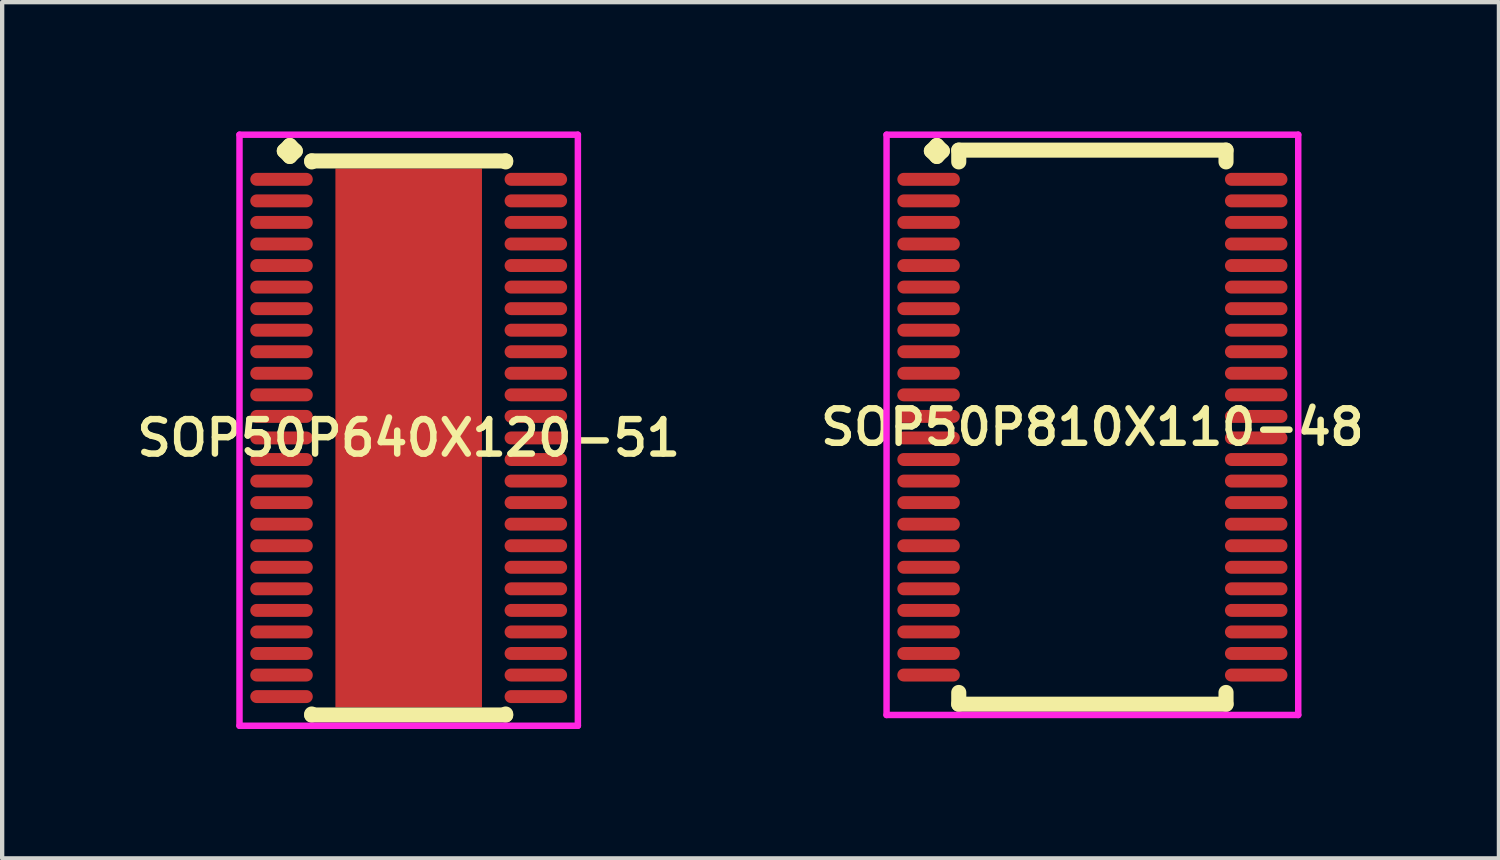
<source format=kicad_pcb>
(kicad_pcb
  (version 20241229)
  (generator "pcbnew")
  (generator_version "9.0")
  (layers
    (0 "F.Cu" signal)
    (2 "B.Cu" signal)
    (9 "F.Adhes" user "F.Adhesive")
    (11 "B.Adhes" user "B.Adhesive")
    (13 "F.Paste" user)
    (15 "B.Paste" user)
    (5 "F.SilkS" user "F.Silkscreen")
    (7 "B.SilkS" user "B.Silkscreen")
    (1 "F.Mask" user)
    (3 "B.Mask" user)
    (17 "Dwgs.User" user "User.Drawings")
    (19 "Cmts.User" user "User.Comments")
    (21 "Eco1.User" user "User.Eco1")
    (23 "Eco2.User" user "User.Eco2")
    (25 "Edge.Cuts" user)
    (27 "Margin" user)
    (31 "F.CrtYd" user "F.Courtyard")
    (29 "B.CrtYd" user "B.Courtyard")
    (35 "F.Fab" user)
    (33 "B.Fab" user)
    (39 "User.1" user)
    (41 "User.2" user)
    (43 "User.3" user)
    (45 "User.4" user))
  (footprint "SOP50P640X120-51"
    (layer "F.Cu")
    (at 6.431 7.11)
    (property "Reference" "SOP50P640X120-51" (at 0 0 0) (layer "F.SilkS") (effects (font (size 0.8 0.8) (thickness 0.15))))
    (attr through_hole)
    (fp_line (start -2.885 -6.658) (end -2.758 -6.785) (stroke (width 0.35) (type solid)) (layer "F.SilkS"))
    (fp_line (start -2.758 -6.785) (end -2.631 -6.658) (stroke (width 0.35) (type solid)) (layer "F.SilkS"))
    (fp_line (start -2.758 -6.531) (end -2.885 -6.658) (stroke (width 0.35) (type solid)) (layer "F.SilkS"))
    (fp_line (start -2.631 -6.658) (end -2.758 -6.531) (stroke (width 0.35) (type solid)) (layer "F.SilkS"))
    (fp_line (start -2.25 -6.427) (end 2.25 -6.427) (stroke (width 0.35) (type solid)) (layer "F.SilkS"))
    (fp_line (start -2.25 -6.404) (end -2.25 -6.427) (stroke (width 0.35) (type solid)) (layer "F.SilkS"))
    (fp_line (start -2.25 6.404) (end -2.25 6.427) (stroke (width 0.35) (type solid)) (layer "F.SilkS"))
    (fp_line (start -2.25 6.427) (end 2.25 6.427) (stroke (width 0.35) (type solid)) (layer "F.SilkS"))
    (fp_line (start 2.25 -6.427) (end 2.25 -6.404) (stroke (width 0.35) (type solid)) (layer "F.SilkS"))
    (fp_line (start 2.25 6.427) (end 2.25 6.404) (stroke (width 0.35) (type solid)) (layer "F.SilkS"))
    (fp_line (start -3.925 -7.035) (end 3.925 -7.035) (stroke (width 0.15) (type solid)) (layer "F.CrtYd"))
    (fp_line (start -3.925 6.677) (end -3.925 -7.035) (stroke (width 0.15) (type solid)) (layer "F.CrtYd"))
    (fp_line (start 3.925 -7.035) (end 3.925 6.677) (stroke (width 0.15) (type solid)) (layer "F.CrtYd"))
    (fp_line (start 3.925 6.677) (end -3.925 6.677) (stroke (width 0.15) (type solid)) (layer "F.CrtYd"))
    (pad "1" smd oval (at -2.95 -6) (size 1.45 0.3) (layers "F.Cu" "F.Mask" "F.Paste"))
    (pad "2" smd oval (at -2.95 -5.5) (size 1.45 0.3) (layers "F.Cu" "F.Mask" "F.Paste"))
    (pad "3" smd oval (at -2.95 -5) (size 1.45 0.3) (layers "F.Cu" "F.Mask" "F.Paste"))
    (pad "4" smd oval (at -2.95 -4.5) (size 1.45 0.3) (layers "F.Cu" "F.Mask" "F.Paste"))
    (pad "5" smd oval (at -2.95 -4) (size 1.45 0.3) (layers "F.Cu" "F.Mask" "F.Paste"))
    (pad "6" smd oval (at -2.95 -3.5) (size 1.45 0.3) (layers "F.Cu" "F.Mask" "F.Paste"))
    (pad "7" smd oval (at -2.95 -3) (size 1.45 0.3) (layers "F.Cu" "F.Mask" "F.Paste"))
    (pad "8" smd oval (at -2.95 -2.5) (size 1.45 0.3) (layers "F.Cu" "F.Mask" "F.Paste"))
    (pad "9" smd oval (at -2.95 -2) (size 1.45 0.3) (layers "F.Cu" "F.Mask" "F.Paste"))
    (pad "10" smd oval (at -2.95 -1.5) (size 1.45 0.3) (layers "F.Cu" "F.Mask" "F.Paste"))
    (pad "11" smd oval (at -2.95 -1) (size 1.45 0.3) (layers "F.Cu" "F.Mask" "F.Paste"))
    (pad "12" smd oval (at -2.95 -0.5) (size 1.45 0.3) (layers "F.Cu" "F.Mask" "F.Paste"))
    (pad "13" smd oval (at -2.95 0) (size 1.45 0.3) (layers "F.Cu" "F.Mask" "F.Paste"))
    (pad "14" smd oval (at -2.95 0.5) (size 1.45 0.3) (layers "F.Cu" "F.Mask" "F.Paste"))
    (pad "15" smd oval (at -2.95 1) (size 1.45 0.3) (layers "F.Cu" "F.Mask" "F.Paste"))
    (pad "16" smd oval (at -2.95 1.5) (size 1.45 0.3) (layers "F.Cu" "F.Mask" "F.Paste"))
    (pad "17" smd oval (at -2.95 2) (size 1.45 0.3) (layers "F.Cu" "F.Mask" "F.Paste"))
    (pad "18" smd oval (at -2.95 2.5) (size 1.45 0.3) (layers "F.Cu" "F.Mask" "F.Paste"))
    (pad "19" smd oval (at -2.95 3) (size 1.45 0.3) (layers "F.Cu" "F.Mask" "F.Paste"))
    (pad "20" smd oval (at -2.95 3.5) (size 1.45 0.3) (layers "F.Cu" "F.Mask" "F.Paste"))
    (pad "21" smd oval (at -2.95 4) (size 1.45 0.3) (layers "F.Cu" "F.Mask" "F.Paste"))
    (pad "22" smd oval (at -2.95 4.5) (size 1.45 0.3) (layers "F.Cu" "F.Mask" "F.Paste"))
    (pad "23" smd oval (at -2.95 5) (size 1.45 0.3) (layers "F.Cu" "F.Mask" "F.Paste"))
    (pad "24" smd oval (at -2.95 5.5) (size 1.45 0.3) (layers "F.Cu" "F.Mask" "F.Paste"))
    (pad "25" smd oval (at -2.95 6) (size 1.45 0.3) (layers "F.Cu" "F.Mask" "F.Paste"))
    (pad "26" smd oval (at 2.95 6) (size 1.45 0.3) (layers "F.Cu" "F.Mask" "F.Paste"))
    (pad "27" smd oval (at 2.95 5.5) (size 1.45 0.3) (layers "F.Cu" "F.Mask" "F.Paste"))
    (pad "28" smd oval (at 2.95 5) (size 1.45 0.3) (layers "F.Cu" "F.Mask" "F.Paste"))
    (pad "29" smd oval (at 2.95 4.5) (size 1.45 0.3) (layers "F.Cu" "F.Mask" "F.Paste"))
    (pad "30" smd oval (at 2.95 4) (size 1.45 0.3) (layers "F.Cu" "F.Mask" "F.Paste"))
    (pad "31" smd oval (at 2.95 3.5) (size 1.45 0.3) (layers "F.Cu" "F.Mask" "F.Paste"))
    (pad "32" smd oval (at 2.95 3) (size 1.45 0.3) (layers "F.Cu" "F.Mask" "F.Paste"))
    (pad "33" smd oval (at 2.95 2.5) (size 1.45 0.3) (layers "F.Cu" "F.Mask" "F.Paste"))
    (pad "34" smd oval (at 2.95 2) (size 1.45 0.3) (layers "F.Cu" "F.Mask" "F.Paste"))
    (pad "35" smd oval (at 2.95 1.5) (size 1.45 0.3) (layers "F.Cu" "F.Mask" "F.Paste"))
    (pad "36" smd oval (at 2.95 1) (size 1.45 0.3) (layers "F.Cu" "F.Mask" "F.Paste"))
    (pad "37" smd oval (at 2.95 0.5) (size 1.45 0.3) (layers "F.Cu" "F.Mask" "F.Paste"))
    (pad "38" smd oval (at 2.95 0) (size 1.45 0.3) (layers "F.Cu" "F.Mask" "F.Paste"))
    (pad "39" smd oval (at 2.95 -0.5) (size 1.45 0.3) (layers "F.Cu" "F.Mask" "F.Paste"))
    (pad "40" smd oval (at 2.95 -1) (size 1.45 0.3) (layers "F.Cu" "F.Mask" "F.Paste"))
    (pad "41" smd oval (at 2.95 -1.5) (size 1.45 0.3) (layers "F.Cu" "F.Mask" "F.Paste"))
    (pad "42" smd oval (at 2.95 -2) (size 1.45 0.3) (layers "F.Cu" "F.Mask" "F.Paste"))
    (pad "43" smd oval (at 2.95 -2.5) (size 1.45 0.3) (layers "F.Cu" "F.Mask" "F.Paste"))
    (pad "44" smd oval (at 2.95 -3) (size 1.45 0.3) (layers "F.Cu" "F.Mask" "F.Paste"))
    (pad "45" smd oval (at 2.95 -3.5) (size 1.45 0.3) (layers "F.Cu" "F.Mask" "F.Paste"))
    (pad "46" smd oval (at 2.95 -4) (size 1.45 0.3) (layers "F.Cu" "F.Mask" "F.Paste"))
    (pad "47" smd oval (at 2.95 -4.5) (size 1.45 0.3) (layers "F.Cu" "F.Mask" "F.Paste"))
    (pad "48" smd oval (at 2.95 -5) (size 1.45 0.3) (layers "F.Cu" "F.Mask" "F.Paste"))
    (pad "49" smd oval (at 2.95 -5.5) (size 1.45 0.3) (layers "F.Cu" "F.Mask" "F.Paste"))
    (pad "50" smd oval (at 2.95 -6) (size 1.45 0.3) (layers "F.Cu" "F.Mask" "F.Paste"))
    (pad "51" smd rect (at 0 0) (size 3.4 12.5) (layers "F.Cu" "F.Mask" "F.Paste")))
  (footprint "SOP50P810X110-48"
    (layer "F.Cu")
    (at 22.292 6.86)
    (property "Reference" "SOP50P810X110-48" (at 0 0 0) (layer "F.SilkS") (effects (font (size 0.8 0.8) (thickness 0.15))))
    (attr smd)
    (fp_line (start -3.735 -6.408) (end -3.608 -6.535) (stroke (width 0.35) (type solid)) (layer "F.SilkS"))
    (fp_line (start -3.608 -6.535) (end -3.481 -6.408) (stroke (width 0.35) (type solid)) (layer "F.SilkS"))
    (fp_line (start -3.608 -6.281) (end -3.735 -6.408) (stroke (width 0.35) (type solid)) (layer "F.SilkS"))
    (fp_line (start -3.481 -6.408) (end -3.608 -6.281) (stroke (width 0.35) (type solid)) (layer "F.SilkS"))
    (fp_line (start -3.1 -6.427) (end 3.1 -6.427) (stroke (width 0.35) (type solid)) (layer "F.SilkS"))
    (fp_line (start -3.1 -6.154) (end -3.1 -6.427) (stroke (width 0.35) (type solid)) (layer "F.SilkS"))
    (fp_line (start -3.1 6.154) (end -3.1 6.427) (stroke (width 0.35) (type solid)) (layer "F.SilkS"))
    (fp_line (start -3.1 6.427) (end 3.1 6.427) (stroke (width 0.35) (type solid)) (layer "F.SilkS"))
    (fp_line (start 3.1 -6.427) (end 3.1 -6.154) (stroke (width 0.35) (type solid)) (layer "F.SilkS"))
    (fp_line (start 3.1 6.427) (end 3.1 6.154) (stroke (width 0.35) (type solid)) (layer "F.SilkS"))
    (fp_line (start -4.775 -6.785) (end 4.775 -6.785) (stroke (width 0.15) (type solid)) (layer "F.CrtYd"))
    (fp_line (start -4.775 6.677) (end -4.775 -6.785) (stroke (width 0.15) (type solid)) (layer "F.CrtYd"))
    (fp_line (start 4.775 -6.785) (end 4.775 6.677) (stroke (width 0.15) (type solid)) (layer "F.CrtYd"))
    (fp_line (start 4.775 6.677) (end -4.775 6.677) (stroke (width 0.15) (type solid)) (layer "F.CrtYd"))
    (pad "1" smd oval (at -3.8 -5.75) (size 1.45 0.3) (layers "F.Cu" "F.Mask" "F.Paste"))
    (pad "2" smd oval (at -3.8 -5.25) (size 1.45 0.3) (layers "F.Cu" "F.Mask" "F.Paste"))
    (pad "3" smd oval (at -3.8 -4.75) (size 1.45 0.3) (layers "F.Cu" "F.Mask" "F.Paste"))
    (pad "4" smd oval (at -3.8 -4.25) (size 1.45 0.3) (layers "F.Cu" "F.Mask" "F.Paste"))
    (pad "5" smd oval (at -3.8 -3.75) (size 1.45 0.3) (layers "F.Cu" "F.Mask" "F.Paste"))
    (pad "6" smd oval (at -3.8 -3.25) (size 1.45 0.3) (layers "F.Cu" "F.Mask" "F.Paste"))
    (pad "7" smd oval (at -3.8 -2.75) (size 1.45 0.3) (layers "F.Cu" "F.Mask" "F.Paste"))
    (pad "8" smd oval (at -3.8 -2.25) (size 1.45 0.3) (layers "F.Cu" "F.Mask" "F.Paste"))
    (pad "9" smd oval (at -3.8 -1.75) (size 1.45 0.3) (layers "F.Cu" "F.Mask" "F.Paste"))
    (pad "10" smd oval (at -3.8 -1.25) (size 1.45 0.3) (layers "F.Cu" "F.Mask" "F.Paste"))
    (pad "11" smd oval (at -3.8 -0.75) (size 1.45 0.3) (layers "F.Cu" "F.Mask" "F.Paste"))
    (pad "12" smd oval (at -3.8 -0.25) (size 1.45 0.3) (layers "F.Cu" "F.Mask" "F.Paste"))
    (pad "13" smd oval (at -3.8 0.25) (size 1.45 0.3) (layers "F.Cu" "F.Mask" "F.Paste"))
    (pad "14" smd oval (at -3.8 0.75) (size 1.45 0.3) (layers "F.Cu" "F.Mask" "F.Paste"))
    (pad "15" smd oval (at -3.8 1.25) (size 1.45 0.3) (layers "F.Cu" "F.Mask" "F.Paste"))
    (pad "16" smd oval (at -3.8 1.75) (size 1.45 0.3) (layers "F.Cu" "F.Mask" "F.Paste"))
    (pad "17" smd oval (at -3.8 2.25) (size 1.45 0.3) (layers "F.Cu" "F.Mask" "F.Paste"))
    (pad "18" smd oval (at -3.8 2.75) (size 1.45 0.3) (layers "F.Cu" "F.Mask" "F.Paste"))
    (pad "19" smd oval (at -3.8 3.25) (size 1.45 0.3) (layers "F.Cu" "F.Mask" "F.Paste"))
    (pad "20" smd oval (at -3.8 3.75) (size 1.45 0.3) (layers "F.Cu" "F.Mask" "F.Paste"))
    (pad "21" smd oval (at -3.8 4.25) (size 1.45 0.3) (layers "F.Cu" "F.Mask" "F.Paste"))
    (pad "22" smd oval (at -3.8 4.75) (size 1.45 0.3) (layers "F.Cu" "F.Mask" "F.Paste"))
    (pad "23" smd oval (at -3.8 5.25) (size 1.45 0.3) (layers "F.Cu" "F.Mask" "F.Paste"))
    (pad "24" smd oval (at -3.8 5.75) (size 1.45 0.3) (layers "F.Cu" "F.Mask" "F.Paste"))
    (pad "25" smd oval (at 3.8 5.75) (size 1.45 0.3) (layers "F.Cu" "F.Mask" "F.Paste"))
    (pad "26" smd oval (at 3.8 5.25) (size 1.45 0.3) (layers "F.Cu" "F.Mask" "F.Paste"))
    (pad "27" smd oval (at 3.8 4.75) (size 1.45 0.3) (layers "F.Cu" "F.Mask" "F.Paste"))
    (pad "28" smd oval (at 3.8 4.25) (size 1.45 0.3) (layers "F.Cu" "F.Mask" "F.Paste"))
    (pad "29" smd oval (at 3.8 3.75) (size 1.45 0.3) (layers "F.Cu" "F.Mask" "F.Paste"))
    (pad "30" smd oval (at 3.8 3.25) (size 1.45 0.3) (layers "F.Cu" "F.Mask" "F.Paste"))
    (pad "31" smd oval (at 3.8 2.75) (size 1.45 0.3) (layers "F.Cu" "F.Mask" "F.Paste"))
    (pad "32" smd oval (at 3.8 2.25) (size 1.45 0.3) (layers "F.Cu" "F.Mask" "F.Paste"))
    (pad "33" smd oval (at 3.8 1.75) (size 1.45 0.3) (layers "F.Cu" "F.Mask" "F.Paste"))
    (pad "34" smd oval (at 3.8 1.25) (size 1.45 0.3) (layers "F.Cu" "F.Mask" "F.Paste"))
    (pad "35" smd oval (at 3.8 0.75) (size 1.45 0.3) (layers "F.Cu" "F.Mask" "F.Paste"))
    (pad "36" smd oval (at 3.8 0.25) (size 1.45 0.3) (layers "F.Cu" "F.Mask" "F.Paste"))
    (pad "37" smd oval (at 3.8 -0.25) (size 1.45 0.3) (layers "F.Cu" "F.Mask" "F.Paste"))
    (pad "38" smd oval (at 3.8 -0.75) (size 1.45 0.3) (layers "F.Cu" "F.Mask" "F.Paste"))
    (pad "39" smd oval (at 3.8 -1.25) (size 1.45 0.3) (layers "F.Cu" "F.Mask" "F.Paste"))
    (pad "40" smd oval (at 3.8 -1.75) (size 1.45 0.3) (layers "F.Cu" "F.Mask" "F.Paste"))
    (pad "41" smd oval (at 3.8 -2.25) (size 1.45 0.3) (layers "F.Cu" "F.Mask" "F.Paste"))
    (pad "42" smd oval (at 3.8 -2.75) (size 1.45 0.3) (layers "F.Cu" "F.Mask" "F.Paste"))
    (pad "43" smd oval (at 3.8 -3.25) (size 1.45 0.3) (layers "F.Cu" "F.Mask" "F.Paste"))
    (pad "44" smd oval (at 3.8 -3.75) (size 1.45 0.3) (layers "F.Cu" "F.Mask" "F.Paste"))
    (pad "45" smd oval (at 3.8 -4.25) (size 1.45 0.3) (layers "F.Cu" "F.Mask" "F.Paste"))
    (pad "46" smd oval (at 3.8 -4.75) (size 1.45 0.3) (layers "F.Cu" "F.Mask" "F.Paste"))
    (pad "47" smd oval (at 3.8 -5.25) (size 1.45 0.3) (layers "F.Cu" "F.Mask" "F.Paste"))
    (pad "48" smd oval (at 3.8 -5.75) (size 1.45 0.3) (layers "F.Cu" "F.Mask" "F.Paste")))
  (gr_rect
    (start -3 -3)
    (end 31.723 16.862)
    (stroke (width 0.1) (type default))
    (fill no)
    (layer "Edge.Cuts")))
</source>
